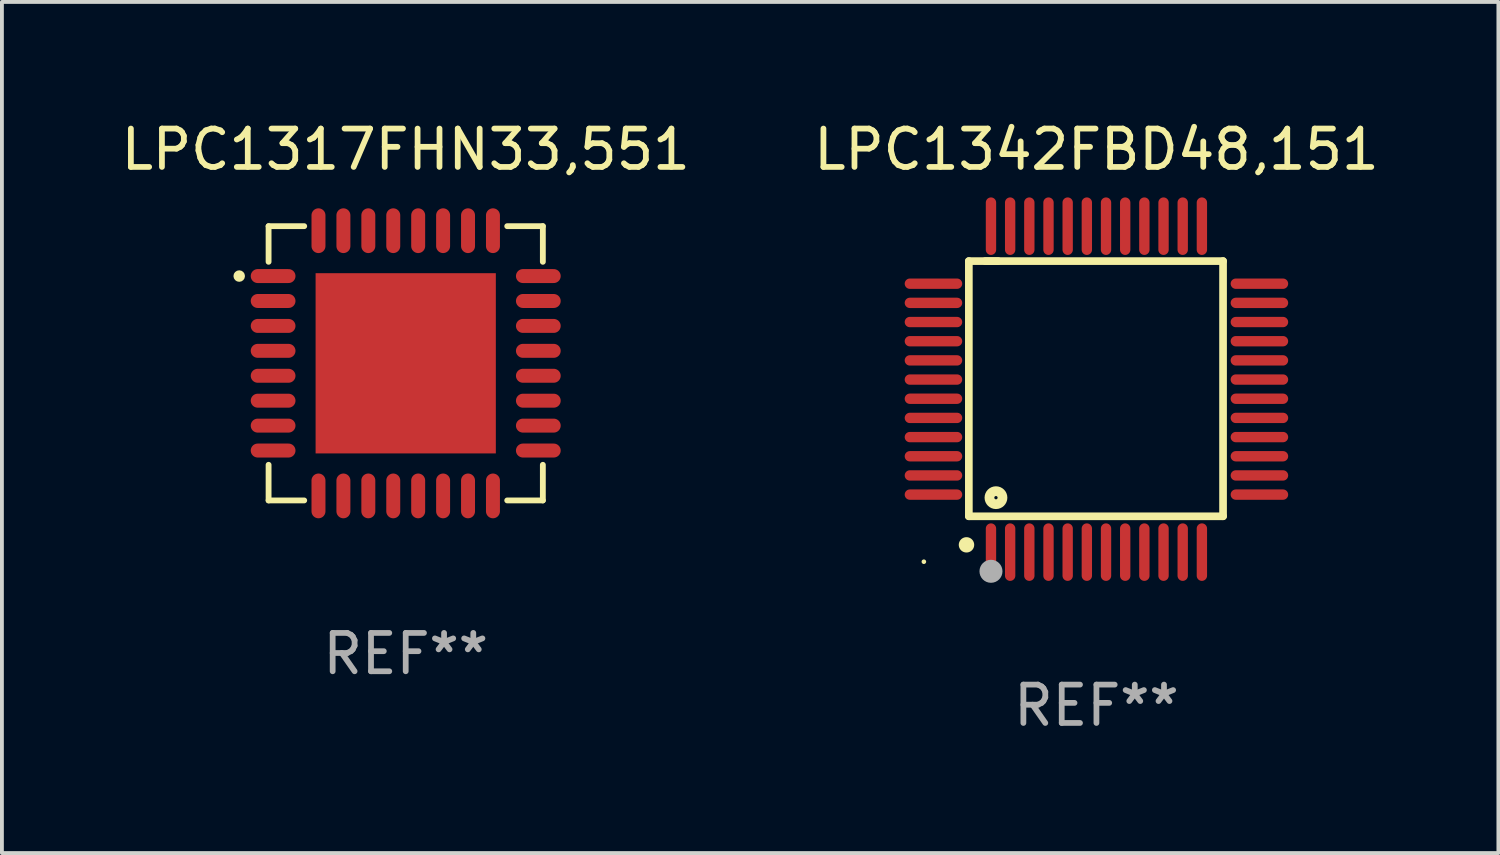
<source format=kicad_pcb>
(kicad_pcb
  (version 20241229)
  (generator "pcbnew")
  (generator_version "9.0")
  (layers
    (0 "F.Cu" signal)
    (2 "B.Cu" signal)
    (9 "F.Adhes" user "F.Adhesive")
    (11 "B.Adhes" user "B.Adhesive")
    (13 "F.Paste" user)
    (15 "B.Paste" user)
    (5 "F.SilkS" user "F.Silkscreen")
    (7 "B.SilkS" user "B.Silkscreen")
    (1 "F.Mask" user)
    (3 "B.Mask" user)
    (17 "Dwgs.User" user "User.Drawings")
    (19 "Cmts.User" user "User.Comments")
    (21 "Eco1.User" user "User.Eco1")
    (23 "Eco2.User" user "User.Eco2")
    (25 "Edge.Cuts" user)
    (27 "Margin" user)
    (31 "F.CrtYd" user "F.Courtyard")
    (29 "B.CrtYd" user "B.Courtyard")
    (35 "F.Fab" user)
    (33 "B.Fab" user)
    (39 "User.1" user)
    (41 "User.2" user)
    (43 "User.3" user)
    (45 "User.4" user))
  (footprint "LPC1317FHN33,551"
    (layer "F.Cu")
    (at 7.53 6.424)
    (property "Reference" "LPC1317FHN33,551" (at 0 -5.576 0) (layer "F.SilkS") (effects (font (size 1 1) (thickness 0.15))))
    (attr through_hole)
    (fp_line (start -3.576 -3.576) (end -3.576 -2.647) (stroke (width 0.152) (type solid)) (layer "F.SilkS"))
    (fp_line (start -3.576 3.576) (end -3.576 2.647) (stroke (width 0.152) (type solid)) (layer "F.SilkS"))
    (fp_line (start -2.647 -3.576) (end -3.576 -3.576) (stroke (width 0.152) (type solid)) (layer "F.SilkS"))
    (fp_line (start -2.647 3.576) (end -3.576 3.576) (stroke (width 0.152) (type solid)) (layer "F.SilkS"))
    (fp_line (start 2.647 -3.576) (end 3.576 -3.576) (stroke (width 0.152) (type solid)) (layer "F.SilkS"))
    (fp_line (start 2.647 3.576) (end 3.576 3.576) (stroke (width 0.152) (type solid)) (layer "F.SilkS"))
    (fp_line (start 3.576 -3.576) (end 3.576 -2.647) (stroke (width 0.152) (type solid)) (layer "F.SilkS"))
    (fp_line (start 3.576 3.576) (end 3.576 2.647) (stroke (width 0.152) (type solid)) (layer "F.SilkS"))
    (fp_circle (center -4.342 -2.275) (end -4.267 -2.275) (stroke (width 0.15) (type solid)) (fill no) (layer "F.SilkS"))
    (fp_text user "REF**" (at 0 7.576 0) (layer "F.Fab") (effects (font (size 1 1) (thickness 0.15))))
    (pad "1" smd oval (at -3.458 -2.275 270) (size 0.364 1.167) (layers "F.Cu" "F.Mask" "F.Paste"))
    (pad "2" smd oval (at -3.458 -1.625 270) (size 0.364 1.167) (layers "F.Cu" "F.Mask" "F.Paste"))
    (pad "3" smd oval (at -3.458 -0.975 270) (size 0.364 1.167) (layers "F.Cu" "F.Mask" "F.Paste"))
    (pad "4" smd oval (at -3.458 -0.325 270) (size 0.364 1.167) (layers "F.Cu" "F.Mask" "F.Paste"))
    (pad "5" smd oval (at -3.458 0.325 270) (size 0.364 1.167) (layers "F.Cu" "F.Mask" "F.Paste"))
    (pad "6" smd oval (at -3.458 0.975 270) (size 0.364 1.167) (layers "F.Cu" "F.Mask" "F.Paste"))
    (pad "7" smd oval (at -3.458 1.625 270) (size 0.364 1.167) (layers "F.Cu" "F.Mask" "F.Paste"))
    (pad "8" smd oval (at -3.458 2.275 270) (size 0.364 1.167) (layers "F.Cu" "F.Mask" "F.Paste"))
    (pad "9" smd oval (at -2.275 3.458 270) (size 1.167 0.364) (layers "F.Cu" "F.Mask" "F.Paste"))
    (pad "10" smd oval (at -1.625 3.458 270) (size 1.167 0.364) (layers "F.Cu" "F.Mask" "F.Paste"))
    (pad "11" smd oval (at -0.975 3.458 270) (size 1.167 0.364) (layers "F.Cu" "F.Mask" "F.Paste"))
    (pad "12" smd oval (at -0.325 3.458 270) (size 1.167 0.364) (layers "F.Cu" "F.Mask" "F.Paste"))
    (pad "13" smd oval (at 0.325 3.458 270) (size 1.167 0.364) (layers "F.Cu" "F.Mask" "F.Paste"))
    (pad "14" smd oval (at 0.975 3.458 270) (size 1.167 0.364) (layers "F.Cu" "F.Mask" "F.Paste"))
    (pad "15" smd oval (at 1.625 3.458 270) (size 1.167 0.364) (layers "F.Cu" "F.Mask" "F.Paste"))
    (pad "16" smd oval (at 2.275 3.458 270) (size 1.167 0.364) (layers "F.Cu" "F.Mask" "F.Paste"))
    (pad "17" smd oval (at 3.458 2.275 270) (size 0.364 1.167) (layers "F.Cu" "F.Mask" "F.Paste"))
    (pad "18" smd oval (at 3.458 1.625 270) (size 0.364 1.167) (layers "F.Cu" "F.Mask" "F.Paste"))
    (pad "19" smd oval (at 3.458 0.975 270) (size 0.364 1.167) (layers "F.Cu" "F.Mask" "F.Paste"))
    (pad "20" smd oval (at 3.458 0.325 270) (size 0.364 1.167) (layers "F.Cu" "F.Mask" "F.Paste"))
    (pad "21" smd oval (at 3.458 -0.325 270) (size 0.364 1.167) (layers "F.Cu" "F.Mask" "F.Paste"))
    (pad "22" smd oval (at 3.458 -0.975 270) (size 0.364 1.167) (layers "F.Cu" "F.Mask" "F.Paste"))
    (pad "23" smd oval (at 3.458 -1.625 270) (size 0.364 1.167) (layers "F.Cu" "F.Mask" "F.Paste"))
    (pad "24" smd oval (at 3.458 -2.275 270) (size 0.364 1.167) (layers "F.Cu" "F.Mask" "F.Paste"))
    (pad "25" smd oval (at 2.275 -3.458 270) (size 1.167 0.364) (layers "F.Cu" "F.Mask" "F.Paste"))
    (pad "26" smd oval (at 1.625 -3.458 270) (size 1.167 0.364) (layers "F.Cu" "F.Mask" "F.Paste"))
    (pad "27" smd oval (at 0.975 -3.458 270) (size 1.167 0.364) (layers "F.Cu" "F.Mask" "F.Paste"))
    (pad "28" smd oval (at 0.325 -3.458 270) (size 1.167 0.364) (layers "F.Cu" "F.Mask" "F.Paste"))
    (pad "29" smd oval (at -0.325 -3.458 270) (size 1.167 0.364) (layers "F.Cu" "F.Mask" "F.Paste"))
    (pad "30" smd oval (at -0.975 -3.458 270) (size 1.167 0.364) (layers "F.Cu" "F.Mask" "F.Paste"))
    (pad "31" smd oval (at -1.625 -3.458 270) (size 1.167 0.364) (layers "F.Cu" "F.Mask" "F.Paste"))
    (pad "32" smd oval (at -2.275 -3.458 270) (size 1.167 0.364) (layers "F.Cu" "F.Mask" "F.Paste"))
    (pad "33" smd rect (at 0 0 270) (size 4.7 4.7) (layers "F.Cu" "F.Mask" "F.Paste")))
  (footprint "LPC1342FBD48,151"
    (layer "F.Cu")
    (at 25.542 7.098)
    (property "Reference" "LPC1342FBD48,151" (at 0 -6.25 0) (layer "F.SilkS") (effects (font (size 1 1) (thickness 0.15))))
    (attr through_hole)
    (fp_line (start -3.327 -3.34) (end -2.565 -3.34) (stroke (width 0.2) (type solid)) (layer "F.SilkS"))
    (fp_line (start -3.327 3.315) (end -3.327 -3.34) (stroke (width 0.2) (type solid)) (layer "F.SilkS"))
    (fp_line (start -2.896 -3.34) (end 3.302 -3.34) (stroke (width 0.2) (type solid)) (layer "F.SilkS"))
    (fp_line (start 3.302 -3.34) (end 3.302 3.315) (stroke (width 0.2) (type solid)) (layer "F.SilkS"))
    (fp_line (start 3.302 3.315) (end -3.327 3.315) (stroke (width 0.2) (type solid)) (layer "F.SilkS"))
    (fp_arc (start -3.389992 4.059995) (mid -3.388722 4.059991) (end -3.387452 4.059995) (stroke (width 0.4) (type solid)) (layer "F.SilkS"))
    (fp_circle (center -4.5 4.5) (end -4.47 4.5) (stroke (width 0.06) (type solid)) (fill no) (layer "F.SilkS"))
    (fp_circle (center -2.62 2.83) (end -2.45 2.83) (stroke (width 0.254) (type solid)) (fill no) (layer "F.SilkS"))
    (fp_circle (center -2.75 4.75) (end -2.6 4.75) (stroke (width 0.3) (type solid)) (fill no) (layer "F.Fab"))
    (fp_text user "REF**" (at 0 8.25 0) (layer "F.Fab") (effects (font (size 1 1) (thickness 0.15))))
    (pad "1" smd oval (at -2.75 4.25) (size 0.27 1.5) (layers "F.Cu" "F.Mask" "F.Paste"))
    (pad "2" smd oval (at -2.25 4.25) (size 0.27 1.5) (layers "F.Cu" "F.Mask" "F.Paste"))
    (pad "3" smd oval (at -1.75 4.25) (size 0.27 1.5) (layers "F.Cu" "F.Mask" "F.Paste"))
    (pad "4" smd oval (at -1.25 4.25) (size 0.27 1.5) (layers "F.Cu" "F.Mask" "F.Paste"))
    (pad "5" smd oval (at -0.75 4.25) (size 0.27 1.5) (layers "F.Cu" "F.Mask" "F.Paste"))
    (pad "6" smd oval (at -0.25 4.25) (size 0.27 1.5) (layers "F.Cu" "F.Mask" "F.Paste"))
    (pad "7" smd oval (at 0.25 4.25) (size 0.27 1.5) (layers "F.Cu" "F.Mask" "F.Paste"))
    (pad "8" smd oval (at 0.75 4.25) (size 0.27 1.5) (layers "F.Cu" "F.Mask" "F.Paste"))
    (pad "9" smd oval (at 1.25 4.25) (size 0.27 1.5) (layers "F.Cu" "F.Mask" "F.Paste"))
    (pad "10" smd oval (at 1.75 4.25) (size 0.27 1.5) (layers "F.Cu" "F.Mask" "F.Paste"))
    (pad "11" smd oval (at 2.25 4.25) (size 0.27 1.5) (layers "F.Cu" "F.Mask" "F.Paste"))
    (pad "12" smd oval (at 2.75 4.25) (size 0.27 1.5) (layers "F.Cu" "F.Mask" "F.Paste"))
    (pad "13" smd oval (at 4.25 2.75) (size 1.5 0.27) (layers "F.Cu" "F.Mask" "F.Paste"))
    (pad "14" smd oval (at 4.25 2.25) (size 1.5 0.27) (layers "F.Cu" "F.Mask" "F.Paste"))
    (pad "15" smd oval (at 4.25 1.75) (size 1.5 0.27) (layers "F.Cu" "F.Mask" "F.Paste"))
    (pad "16" smd oval (at 4.25 1.25) (size 1.5 0.27) (layers "F.Cu" "F.Mask" "F.Paste"))
    (pad "17" smd oval (at 4.25 0.75) (size 1.5 0.27) (layers "F.Cu" "F.Mask" "F.Paste"))
    (pad "18" smd oval (at 4.25 0.25) (size 1.5 0.27) (layers "F.Cu" "F.Mask" "F.Paste"))
    (pad "19" smd oval (at 4.25 -0.25) (size 1.5 0.27) (layers "F.Cu" "F.Mask" "F.Paste"))
    (pad "20" smd oval (at 4.25 -0.75) (size 1.5 0.27) (layers "F.Cu" "F.Mask" "F.Paste"))
    (pad "21" smd oval (at 4.25 -1.25) (size 1.5 0.27) (layers "F.Cu" "F.Mask" "F.Paste"))
    (pad "22" smd oval (at 4.25 -1.75) (size 1.5 0.27) (layers "F.Cu" "F.Mask" "F.Paste"))
    (pad "23" smd oval (at 4.25 -2.25) (size 1.5 0.27) (layers "F.Cu" "F.Mask" "F.Paste"))
    (pad "24" smd oval (at 4.25 -2.75) (size 1.5 0.27) (layers "F.Cu" "F.Mask" "F.Paste"))
    (pad "25" smd oval (at 2.75 -4.25) (size 0.27 1.5) (layers "F.Cu" "F.Mask" "F.Paste"))
    (pad "26" smd oval (at 2.25 -4.25) (size 0.27 1.5) (layers "F.Cu" "F.Mask" "F.Paste"))
    (pad "27" smd oval (at 1.75 -4.25) (size 0.27 1.5) (layers "F.Cu" "F.Mask" "F.Paste"))
    (pad "28" smd oval (at 1.25 -4.25) (size 0.27 1.5) (layers "F.Cu" "F.Mask" "F.Paste"))
    (pad "29" smd oval (at 0.75 -4.25) (size 0.27 1.5) (layers "F.Cu" "F.Mask" "F.Paste"))
    (pad "30" smd oval (at 0.25 -4.25) (size 0.27 1.5) (layers "F.Cu" "F.Mask" "F.Paste"))
    (pad "31" smd oval (at -0.25 -4.25) (size 0.27 1.5) (layers "F.Cu" "F.Mask" "F.Paste"))
    (pad "32" smd oval (at -0.75 -4.25) (size 0.27 1.5) (layers "F.Cu" "F.Mask" "F.Paste"))
    (pad "33" smd oval (at -1.25 -4.25) (size 0.27 1.5) (layers "F.Cu" "F.Mask" "F.Paste"))
    (pad "34" smd oval (at -1.75 -4.25) (size 0.27 1.5) (layers "F.Cu" "F.Mask" "F.Paste"))
    (pad "35" smd oval (at -2.25 -4.25) (size 0.27 1.5) (layers "F.Cu" "F.Mask" "F.Paste"))
    (pad "36" smd oval (at -2.75 -4.25) (size 0.27 1.5) (layers "F.Cu" "F.Mask" "F.Paste"))
    (pad "37" smd oval (at -4.25 -2.75) (size 1.5 0.27) (layers "F.Cu" "F.Mask" "F.Paste"))
    (pad "38" smd oval (at -4.25 -2.25) (size 1.5 0.27) (layers "F.Cu" "F.Mask" "F.Paste"))
    (pad "39" smd oval (at -4.25 -1.75) (size 1.5 0.27) (layers "F.Cu" "F.Mask" "F.Paste"))
    (pad "40" smd oval (at -4.25 -1.25) (size 1.5 0.27) (layers "F.Cu" "F.Mask" "F.Paste"))
    (pad "41" smd oval (at -4.25 -0.75) (size 1.5 0.27) (layers "F.Cu" "F.Mask" "F.Paste"))
    (pad "42" smd oval (at -4.25 -0.25) (size 1.5 0.27) (layers "F.Cu" "F.Mask" "F.Paste"))
    (pad "43" smd oval (at -4.25 0.25) (size 1.5 0.27) (layers "F.Cu" "F.Mask" "F.Paste"))
    (pad "44" smd oval (at -4.25 0.75) (size 1.5 0.27) (layers "F.Cu" "F.Mask" "F.Paste"))
    (pad "45" smd oval (at -4.25 1.25) (size 1.5 0.27) (layers "F.Cu" "F.Mask" "F.Paste"))
    (pad "46" smd oval (at -4.25 1.75) (size 1.5 0.27) (layers "F.Cu" "F.Mask" "F.Paste"))
    (pad "47" smd oval (at -4.25 2.25) (size 1.5 0.27) (layers "F.Cu" "F.Mask" "F.Paste"))
    (pad "48" smd oval (at -4.25 2.75) (size 1.5 0.27) (layers "F.Cu" "F.Mask" "F.Paste")))
  (gr_rect
    (start -3 -3)
    (end 36.024 19.196)
    (stroke (width 0.1) (type default))
    (fill no)
    (layer "Edge.Cuts")))
</source>
